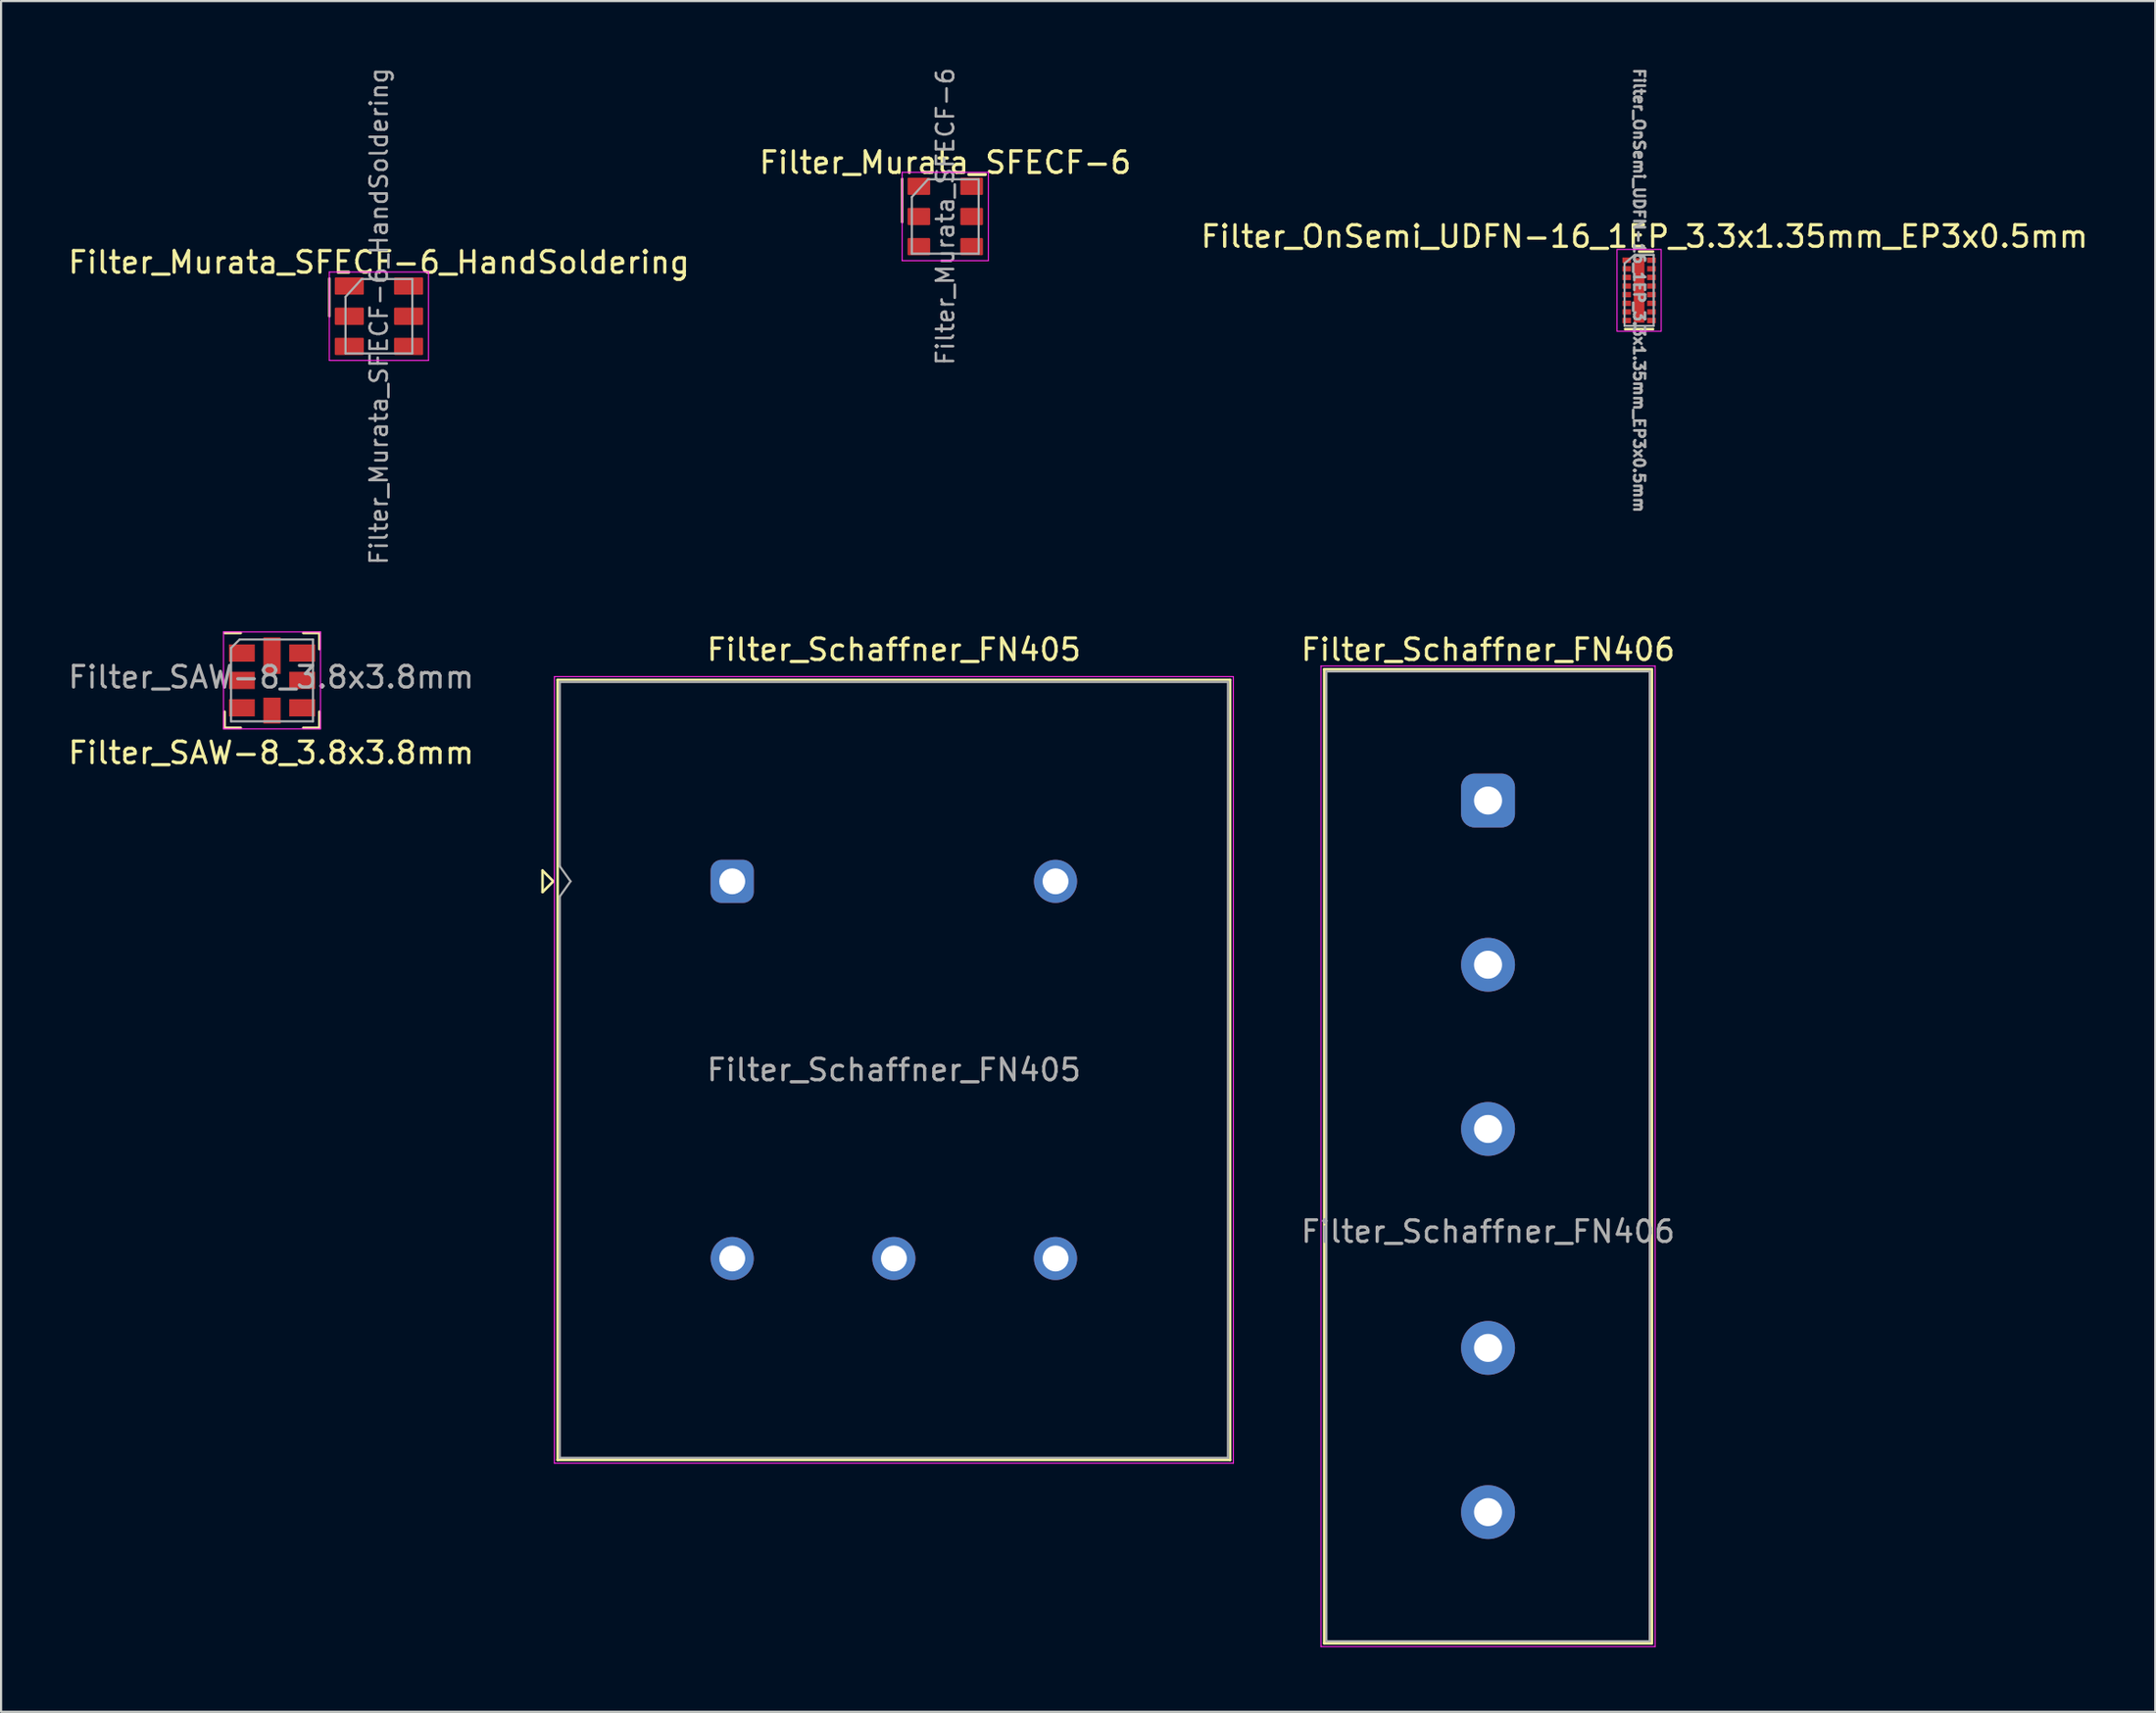
<source format=kicad_pcb>
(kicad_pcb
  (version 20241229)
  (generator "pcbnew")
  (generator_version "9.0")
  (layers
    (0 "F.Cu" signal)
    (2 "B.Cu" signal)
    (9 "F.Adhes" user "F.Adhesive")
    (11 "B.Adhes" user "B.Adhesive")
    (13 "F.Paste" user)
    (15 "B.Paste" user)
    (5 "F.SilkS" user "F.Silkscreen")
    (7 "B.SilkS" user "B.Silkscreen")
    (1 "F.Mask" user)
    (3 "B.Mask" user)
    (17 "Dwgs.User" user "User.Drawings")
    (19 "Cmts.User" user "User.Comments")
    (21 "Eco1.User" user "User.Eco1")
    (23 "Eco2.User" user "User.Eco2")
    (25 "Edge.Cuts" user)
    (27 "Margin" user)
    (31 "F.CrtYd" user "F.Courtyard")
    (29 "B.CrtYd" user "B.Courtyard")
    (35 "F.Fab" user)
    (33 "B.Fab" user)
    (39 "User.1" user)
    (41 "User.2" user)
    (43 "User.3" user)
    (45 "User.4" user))
  (footprint "Filter_Murata_SFECF-6"
    (layer "F.Cu")
    (at 40.804 6.995)
    (property "Reference" "Filter_Murata_SFECF-6" (at 0 -2.5 0) (layer "F.SilkS") (effects (font (size 1 1) (thickness 0.15))))
    (attr smd)
    (fp_line (start -2 0.26) (end -2 -1.74) (stroke (width 0.12) (type solid)) (layer "F.SilkS"))
    (fp_line (start -2 -2.05) (end -2 2.05) (stroke (width 0.05) (type solid)) (layer "F.CrtYd"))
    (fp_line (start -2 2.05) (end 2 2.05) (stroke (width 0.05) (type solid)) (layer "F.CrtYd"))
    (fp_line (start 2 -2.05) (end -2 -2.05) (stroke (width 0.05) (type solid)) (layer "F.CrtYd"))
    (fp_line (start 2 -2.05) (end 2 2.05) (stroke (width 0.05) (type solid)) (layer "F.CrtYd"))
    (fp_line (start -1.55 -0.9) (end -1.55 1.725) (stroke (width 0.1) (type solid)) (layer "F.Fab"))
    (fp_line (start -1.55 1.725) (end 1.55 1.725) (stroke (width 0.1) (type solid)) (layer "F.Fab"))
    (fp_line (start -0.8 -1.725) (end -1.55 -0.9) (stroke (width 0.1) (type solid)) (layer "F.Fab"))
    (fp_line (start 1.55 -1.725) (end -0.8 -1.725) (stroke (width 0.1) (type solid)) (layer "F.Fab"))
    (fp_line (start 1.55 -1.725) (end 1.55 1.725) (stroke (width 0.1) (type solid)) (layer "F.Fab"))
    (fp_text user "${REFERENCE}" (at 0 0 90) (layer "F.Fab") (effects (font (size 0.8 0.8) (thickness 0.12))))
    (pad "1" smd roundrect (at -1.225 -1.4) (size 1.05 0.8) (layers "F.Cu" "F.Mask" "F.Paste") (roundrect_rratio 0.062))
    (pad "2" smd roundrect (at -1.225 0) (size 1.05 0.8) (layers "F.Cu" "F.Mask" "F.Paste") (roundrect_rratio 0.062))
    (pad "3" smd roundrect (at -1.225 1.4) (size 1.05 0.8) (layers "F.Cu" "F.Mask" "F.Paste") (roundrect_rratio 0.062))
    (pad "4" smd roundrect (at 1.225 1.4) (size 1.05 0.8) (layers "F.Cu" "F.Mask" "F.Paste") (roundrect_rratio 0.062))
    (pad "5" smd roundrect (at 1.225 0) (size 1.05 0.8) (layers "F.Cu" "F.Mask" "F.Paste") (roundrect_rratio 0.062))
    (pad "6" smd roundrect (at 1.225 -1.4) (size 1.05 0.8) (layers "F.Cu" "F.Mask" "F.Paste") (roundrect_rratio 0.062)))
  (footprint "Filter_Schaffner_FN405"
    (layer "F.Cu")
    (at 30.92 37.846)
    (property "Reference" "Filter_Schaffner_FN405" (at 7.5 -10.75 0) (layer "F.SilkS") (effects (font (size 1 1) (thickness 0.15))))
    (attr through_hole)
    (fp_line (start -8.8 -0.5) (end -8.3 0) (stroke (width 0.12) (type solid)) (layer "F.SilkS"))
    (fp_line (start -8.8 0.5) (end -8.8 -0.5) (stroke (width 0.12) (type solid)) (layer "F.SilkS"))
    (fp_line (start -8.3 0) (end -8.8 0.5) (stroke (width 0.12) (type solid)) (layer "F.SilkS"))
    (fp_line (start -8.1 -9.35) (end 23.1 -9.35) (stroke (width 0.12) (type solid)) (layer "F.SilkS"))
    (fp_line (start -8.1 26.85) (end -8.1 -9.35) (stroke (width 0.12) (type solid)) (layer "F.SilkS"))
    (fp_line (start 23.1 -9.35) (end 23.1 26.85) (stroke (width 0.12) (type solid)) (layer "F.SilkS"))
    (fp_line (start 23.1 26.85) (end -8.1 26.85) (stroke (width 0.12) (type solid)) (layer "F.SilkS"))
    (fp_line (start -8.25 -9.5) (end 23.25 -9.5) (stroke (width 0.05) (type solid)) (layer "F.CrtYd"))
    (fp_line (start -8.25 27) (end -8.25 -9.5) (stroke (width 0.05) (type solid)) (layer "F.CrtYd"))
    (fp_line (start 23.25 -9.5) (end 23.25 27) (stroke (width 0.05) (type solid)) (layer "F.CrtYd"))
    (fp_line (start 23.25 27) (end -8.25 27) (stroke (width 0.05) (type solid)) (layer "F.CrtYd"))
    (fp_line (start -8 -9.25) (end 23 -9.25) (stroke (width 0.1) (type solid)) (layer "F.Fab"))
    (fp_line (start -8 -0.7) (end -8 -9.25) (stroke (width 0.1) (type solid)) (layer "F.Fab"))
    (fp_line (start -8 0.7) (end -7.5 0) (stroke (width 0.1) (type solid)) (layer "F.Fab"))
    (fp_line (start -8 26.75) (end -8 0.7) (stroke (width 0.1) (type solid)) (layer "F.Fab"))
    (fp_line (start -7.5 0) (end -8 -0.7) (stroke (width 0.1) (type solid)) (layer "F.Fab"))
    (fp_line (start 23 -9.25) (end 23 26.75) (stroke (width 0.1) (type solid)) (layer "F.Fab"))
    (fp_line (start 23 26.75) (end -8 26.75) (stroke (width 0.1) (type solid)) (layer "F.Fab"))
    (fp_text user "${REFERENCE}" (at 7.5 8.75 0) (layer "F.Fab") (effects (font (size 1 1) (thickness 0.15))))
    (pad "1" thru_hole roundrect (at 0 0) (size 2 2) (drill 1.2) (layers "*.Cu" "*.Mask") (roundrect_rratio 0.25))
    (pad "2" thru_hole circle (at 0 17.5) (size 2 2) (drill 1.2) (layers "*.Cu" "*.Mask"))
    (pad "3" thru_hole circle (at 7.5 17.5) (size 2 2) (drill 1.2) (layers "*.Cu" "*.Mask"))
    (pad "4" thru_hole circle (at 15 17.5) (size 2 2) (drill 1.2) (layers "*.Cu" "*.Mask"))
    (pad "5" thru_hole circle (at 15 0) (size 2 2) (drill 1.2) (layers "*.Cu" "*.Mask")))
  (footprint "Filter_SAW-8_3.8x3.8mm"
    (layer "F.Cu")
    (at 9.57 28.523)
    (property "Reference" "Filter_SAW-8_3.8x3.8mm" (at -0.04 3.36 0) (layer "F.SilkS") (effects (font (size 1 1) (thickness 0.15))))
    (attr smd)
    (fp_line (start -2.2 -2.2) (end -1.45 -2.2) (stroke (width 0.12) (type solid)) (layer "F.SilkS"))
    (fp_line (start -2.2 2.2) (end -2.2 1.45) (stroke (width 0.12) (type solid)) (layer "F.SilkS"))
    (fp_line (start -1.45 2.2) (end -2.2 2.2) (stroke (width 0.12) (type solid)) (layer "F.SilkS"))
    (fp_line (start 1.45 -2.2) (end 2.2 -2.2) (stroke (width 0.12) (type solid)) (layer "F.SilkS"))
    (fp_line (start 2.2 -2.2) (end 2.2 -1.45) (stroke (width 0.12) (type solid)) (layer "F.SilkS"))
    (fp_line (start 2.2 1.45) (end 2.2 2.2) (stroke (width 0.12) (type solid)) (layer "F.SilkS"))
    (fp_line (start 2.2 2.2) (end 1.45 2.2) (stroke (width 0.12) (type solid)) (layer "F.SilkS"))
    (fp_line (start -2.25 -2.25) (end 2.25 -2.25) (stroke (width 0.05) (type solid)) (layer "F.CrtYd"))
    (fp_line (start -2.25 2.25) (end -2.25 -2.25) (stroke (width 0.05) (type solid)) (layer "F.CrtYd"))
    (fp_line (start 2.25 -2.25) (end 2.25 2.25) (stroke (width 0.05) (type solid)) (layer "F.CrtYd"))
    (fp_line (start 2.25 2.25) (end -2.25 2.25) (stroke (width 0.05) (type solid)) (layer "F.CrtYd"))
    (fp_line (start -1.9 1.9) (end -1.9 -1.505) (stroke (width 0.1) (type solid)) (layer "F.Fab"))
    (fp_line (start -1.505 -1.9) (end -1.9 -1.505) (stroke (width 0.1) (type solid)) (layer "F.Fab"))
    (fp_line (start -1.505 -1.9) (end 1.9 -1.9) (stroke (width 0.1) (type solid)) (layer "F.Fab"))
    (fp_line (start 1.9 -1.9) (end 1.9 1.9) (stroke (width 0.1) (type solid)) (layer "F.Fab"))
    (fp_line (start 1.9 1.9) (end -1.9 1.9) (stroke (width 0.1) (type solid)) (layer "F.Fab"))
    (fp_text user "${REFERENCE}" (at -0.04 -0.15 0) (layer "F.Fab") (effects (font (size 1 1) (thickness 0.15))))
    (pad "1" smd rect (at -1.4 -1.27 270) (size 0.8 1.2) (layers "F.Cu" "F.Mask" "F.Paste"))
    (pad "2" smd rect (at -1.4 0 270) (size 0.8 1.2) (layers "F.Cu" "F.Mask" "F.Paste"))
    (pad "3" smd rect (at -1.4 1.27 270) (size 0.8 1.2) (layers "F.Cu" "F.Mask" "F.Paste"))
    (pad "4" smd rect (at 0 1.4 270) (size 1.2 0.8) (layers "F.Cu" "F.Mask" "F.Paste"))
    (pad "5" smd rect (at 1.4 1.27 270) (size 0.8 1.2) (layers "F.Cu" "F.Mask" "F.Paste"))
    (pad "6" smd rect (at 1.4 0 270) (size 0.8 1.2) (layers "F.Cu" "F.Mask" "F.Paste"))
    (pad "7" smd rect (at 1.4 -1.27 270) (size 0.8 1.2) (layers "F.Cu" "F.Mask" "F.Paste"))
    (pad "8" smd rect (at 0 -1.15 270) (size 1.7 0.8) (layers "F.Cu" "F.Mask" "F.Paste")))
  (footprint "Filter_Murata_SFECF-6_HandSoldering"
    (layer "F.Cu")
    (at 14.53 11.624)
    (property "Reference" "Filter_Murata_SFECF-6_HandSoldering" (at 0 -2.5 0) (layer "F.SilkS") (effects (font (size 1 1) (thickness 0.15))))
    (attr smd)
    (fp_line (start -2.3 0) (end -2.3 -1.75) (stroke (width 0.12) (type solid)) (layer "F.SilkS"))
    (fp_line (start -2.3 -2.05) (end -2.3 2.05) (stroke (width 0.05) (type solid)) (layer "F.CrtYd"))
    (fp_line (start -2.3 2.05) (end 2.3 2.05) (stroke (width 0.05) (type solid)) (layer "F.CrtYd"))
    (fp_line (start 2.3 -2.05) (end -2.3 -2.05) (stroke (width 0.05) (type solid)) (layer "F.CrtYd"))
    (fp_line (start 2.3 -2.05) (end 2.3 2.05) (stroke (width 0.05) (type solid)) (layer "F.CrtYd"))
    (fp_line (start -1.55 -0.9) (end -1.55 1.725) (stroke (width 0.1) (type solid)) (layer "F.Fab"))
    (fp_line (start -1.55 1.725) (end 1.55 1.725) (stroke (width 0.1) (type solid)) (layer "F.Fab"))
    (fp_line (start -0.8 -1.725) (end -1.55 -0.9) (stroke (width 0.1) (type solid)) (layer "F.Fab"))
    (fp_line (start 1.55 -1.725) (end -0.8 -1.725) (stroke (width 0.1) (type solid)) (layer "F.Fab"))
    (fp_line (start 1.55 -1.725) (end 1.55 1.725) (stroke (width 0.1) (type solid)) (layer "F.Fab"))
    (fp_text user "${REFERENCE}" (at 0 0 90) (layer "F.Fab") (effects (font (size 0.8 0.8) (thickness 0.12))))
    (pad "1" smd roundrect (at -1.375 -1.4) (size 1.35 0.8) (layers "F.Cu" "F.Mask" "F.Paste") (roundrect_rratio 0.062))
    (pad "2" smd roundrect (at -1.375 0) (size 1.35 0.8) (layers "F.Cu" "F.Mask" "F.Paste") (roundrect_rratio 0.062))
    (pad "3" smd roundrect (at -1.375 1.4) (size 1.35 0.8) (layers "F.Cu" "F.Mask" "F.Paste") (roundrect_rratio 0.062))
    (pad "4" smd roundrect (at 1.375 1.4) (size 1.35 0.8) (layers "F.Cu" "F.Mask" "F.Paste") (roundrect_rratio 0.062))
    (pad "5" smd roundrect (at 1.375 0) (size 1.35 0.8) (layers "F.Cu" "F.Mask" "F.Paste") (roundrect_rratio 0.062))
    (pad "6" smd roundrect (at 1.375 -1.4) (size 1.35 0.8) (layers "F.Cu" "F.Mask" "F.Paste") (roundrect_rratio 0.062)))
  (footprint "Filter_Schaffner_FN406"
    (layer "F.Cu")
    (at 65.986 34.096)
    (property "Reference" "Filter_Schaffner_FN406" (at 0 -7 0) (layer "F.SilkS") (effects (font (size 1 1) (thickness 0.15))))
    (attr through_hole)
    (fp_line (start -7.6 -6.09) (end -7.6 39.11) (stroke (width 0.12) (type solid)) (layer "F.SilkS"))
    (fp_line (start -7.6 -6.09) (end 7.6 -6.09) (stroke (width 0.12) (type solid)) (layer "F.SilkS"))
    (fp_line (start -7.6 39.11) (end 7.6 39.11) (stroke (width 0.12) (type solid)) (layer "F.SilkS"))
    (fp_line (start 7.6 39.11) (end 7.6 -6.09) (stroke (width 0.12) (type solid)) (layer "F.SilkS"))
    (fp_line (start -7.75 -6.24) (end -7.75 39.26) (stroke (width 0.05) (type solid)) (layer "F.CrtYd"))
    (fp_line (start -7.75 -6.24) (end 7.75 -6.24) (stroke (width 0.05) (type solid)) (layer "F.CrtYd"))
    (fp_line (start -7.75 39.26) (end 7.75 39.26) (stroke (width 0.05) (type solid)) (layer "F.CrtYd"))
    (fp_line (start 7.75 -6.24) (end 7.75 39.26) (stroke (width 0.05) (type solid)) (layer "F.CrtYd"))
    (fp_line (start -7.5 -5.99) (end -7.5 39.01) (stroke (width 0.1) (type solid)) (layer "F.Fab"))
    (fp_line (start -7.5 -5.99) (end 7.5 -5.99) (stroke (width 0.1) (type solid)) (layer "F.Fab"))
    (fp_line (start -7.5 39.01) (end 7.5 39.01) (stroke (width 0.1) (type solid)) (layer "F.Fab"))
    (fp_line (start 7.5 -5.99) (end 7.5 39.01) (stroke (width 0.1) (type solid)) (layer "F.Fab"))
    (fp_text user "${REFERENCE}" (at 0 20 0) (layer "F.Fab") (effects (font (size 1 1) (thickness 0.15))))
    (pad "1" thru_hole roundrect (at 0 0) (size 2.5 2.5) (drill 1.3) (layers "*.Cu" "*.Mask") (roundrect_rratio 0.25))
    (pad "2" thru_hole circle (at 0 7.62) (size 2.5 2.5) (drill 1.3) (layers "*.Cu" "*.Mask"))
    (pad "3" thru_hole circle (at 0 15.24) (size 2.5 2.5) (drill 1.3) (layers "*.Cu" "*.Mask"))
    (pad "4" thru_hole circle (at 0 25.4) (size 2.5 2.5) (drill 1.3) (layers "*.Cu" "*.Mask"))
    (pad "5" thru_hole circle (at 0 33.02) (size 2.5 2.5) (drill 1.3) (layers "*.Cu" "*.Mask")))
  (footprint "Filter_OnSemi_UDFN-16_1EP_3.3x1.35mm_EP3x0.5mm"
    (layer "F.Cu")
    (at 72.994 10.423)
    (property "Reference" "Filter_OnSemi_UDFN-16_1EP_3.3x1.35mm_EP3x0.5mm" (at 0.25 -2.5 0) (unlocked yes) (layer "F.SilkS") (effects (font (size 1 1) (thickness 0.15))))
    (attr smd)
    (fp_line (start -0.65 1.8) (end 0.65 1.8) (stroke (width 0.12) (type solid)) (layer "F.SilkS"))
    (fp_line (start 0 -1.8) (end 0.65 -1.8) (stroke (width 0.12) (type solid)) (layer "F.SilkS"))
    (fp_rect (start -1.025 -1.9) (end 1.025 1.9) (stroke (width 0.05) (type solid)) (fill no) (layer "F.CrtYd"))
    (fp_line (start -0.675 1.65) (end -0.675 -1.25) (stroke (width 0.1) (type solid)) (layer "F.Fab"))
    (fp_line (start -0.2 -1.65) (end -0.675 -1.25) (stroke (width 0.1) (type solid)) (layer "F.Fab"))
    (fp_line (start -0.2 -1.65) (end 0.675 -1.65) (stroke (width 0.1) (type solid)) (layer "F.Fab"))
    (fp_line (start 0.675 -1.65) (end 0.675 1.65) (stroke (width 0.1) (type solid)) (layer "F.Fab"))
    (fp_line (start 0.675 1.65) (end -0.675 1.65) (stroke (width 0.1) (type solid)) (layer "F.Fab"))
    (fp_text user "${REFERENCE}" (at 0 0 270) (unlocked yes) (layer "F.Fab") (effects (font (size 0.5 0.5) (thickness 0.125))))
    (pad "1" smd rect (at -0.575 -1.4) (size 0.4 0.25) (layers "F.Cu" "F.Mask" "F.Paste"))
    (pad "2" smd rect (at -0.575 -1) (size 0.4 0.25) (layers "F.Cu" "F.Mask" "F.Paste"))
    (pad "3" smd rect (at -0.575 -0.6) (size 0.4 0.25) (layers "F.Cu" "F.Mask" "F.Paste"))
    (pad "4" smd rect (at -0.575 -0.2) (size 0.4 0.25) (layers "F.Cu" "F.Mask" "F.Paste"))
    (pad "5" smd rect (at -0.575 0.2) (size 0.4 0.25) (layers "F.Cu" "F.Mask" "F.Paste"))
    (pad "6" smd rect (at -0.575 0.6) (size 0.4 0.25) (layers "F.Cu" "F.Mask" "F.Paste"))
    (pad "7" smd rect (at -0.575 1) (size 0.4 0.25) (layers "F.Cu" "F.Mask" "F.Paste"))
    (pad "8" smd rect (at -0.575 1.4) (size 0.4 0.25) (layers "F.Cu" "F.Mask" "F.Paste"))
    (pad "9" smd rect (at 0.575 1.4) (size 0.4 0.25) (layers "F.Cu" "F.Mask" "F.Paste"))
    (pad "10" smd rect (at 0.575 1) (size 0.4 0.25) (layers "F.Cu" "F.Mask" "F.Paste"))
    (pad "11" smd rect (at 0.575 0.6) (size 0.4 0.25) (layers "F.Cu" "F.Mask" "F.Paste"))
    (pad "12" smd rect (at 0.575 0.2) (size 0.4 0.25) (layers "F.Cu" "F.Mask" "F.Paste"))
    (pad "13" smd rect (at 0.575 -0.2) (size 0.4 0.25) (layers "F.Cu" "F.Mask" "F.Paste"))
    (pad "14" smd rect (at 0.575 -0.6) (size 0.4 0.25) (layers "F.Cu" "F.Mask" "F.Paste"))
    (pad "15" smd rect (at 0.575 -1) (size 0.4 0.25) (layers "F.Cu" "F.Mask" "F.Paste"))
    (pad "16" smd rect (at 0.575 -1.4) (size 0.4 0.25) (layers "F.Cu" "F.Mask" "F.Paste"))
    (pad "17" smd rect (at 0 0) (size 0.5 3) (layers "F.Cu" "F.Mask" "F.Paste")))
  (gr_rect
    (start -3 -3)
    (end 96.94 76.381)
    (stroke (width 0.1) (type default))
    (fill no)
    (layer "Edge.Cuts")))
</source>
